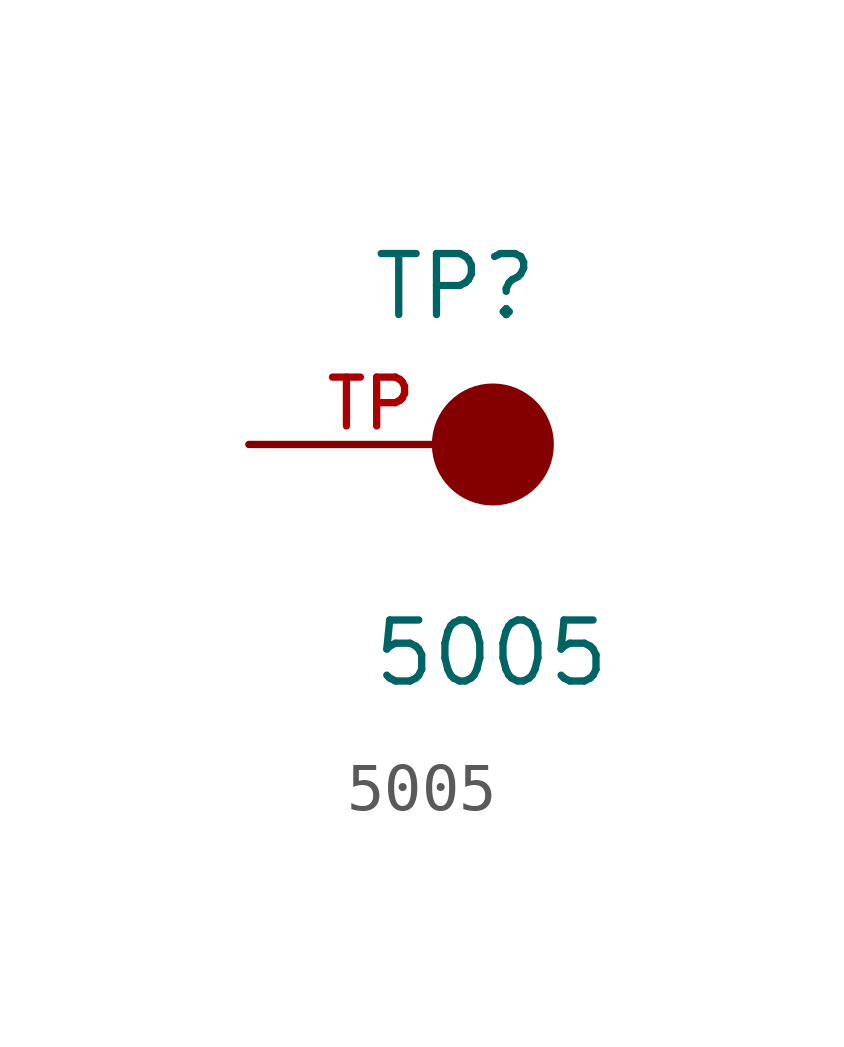
<source format=kicad_sym>
(kicad_symbol_lib
  (version 20211014)
  (generator kicad_symbol_editor)
  (symbol "5005"
    (pin_names
      (offset 1.016))
    (property "Reference" "TP"
      (at -2.544 2.541 0)
      (effects (font (size 1.27 1.27)) (justify bottom left)))
    (property "Value" "5005"
      (at -2.55 -5.087 0)
      (effects (font (size 1.27 1.27)) (justify bottom left)))
    (symbol "5005_0_0"
      (circle (center 0.0 0.0) (radius 0.635) (stroke (width 1.27)) (fill (type none)))
      (pin passive line (at -5.08 0.0 0) (length 5.08) (name "~" (effects (font (size 1.016 1.016)))) (number "TP" (effects (font (size 1.016 1.016))))))))
</source>
